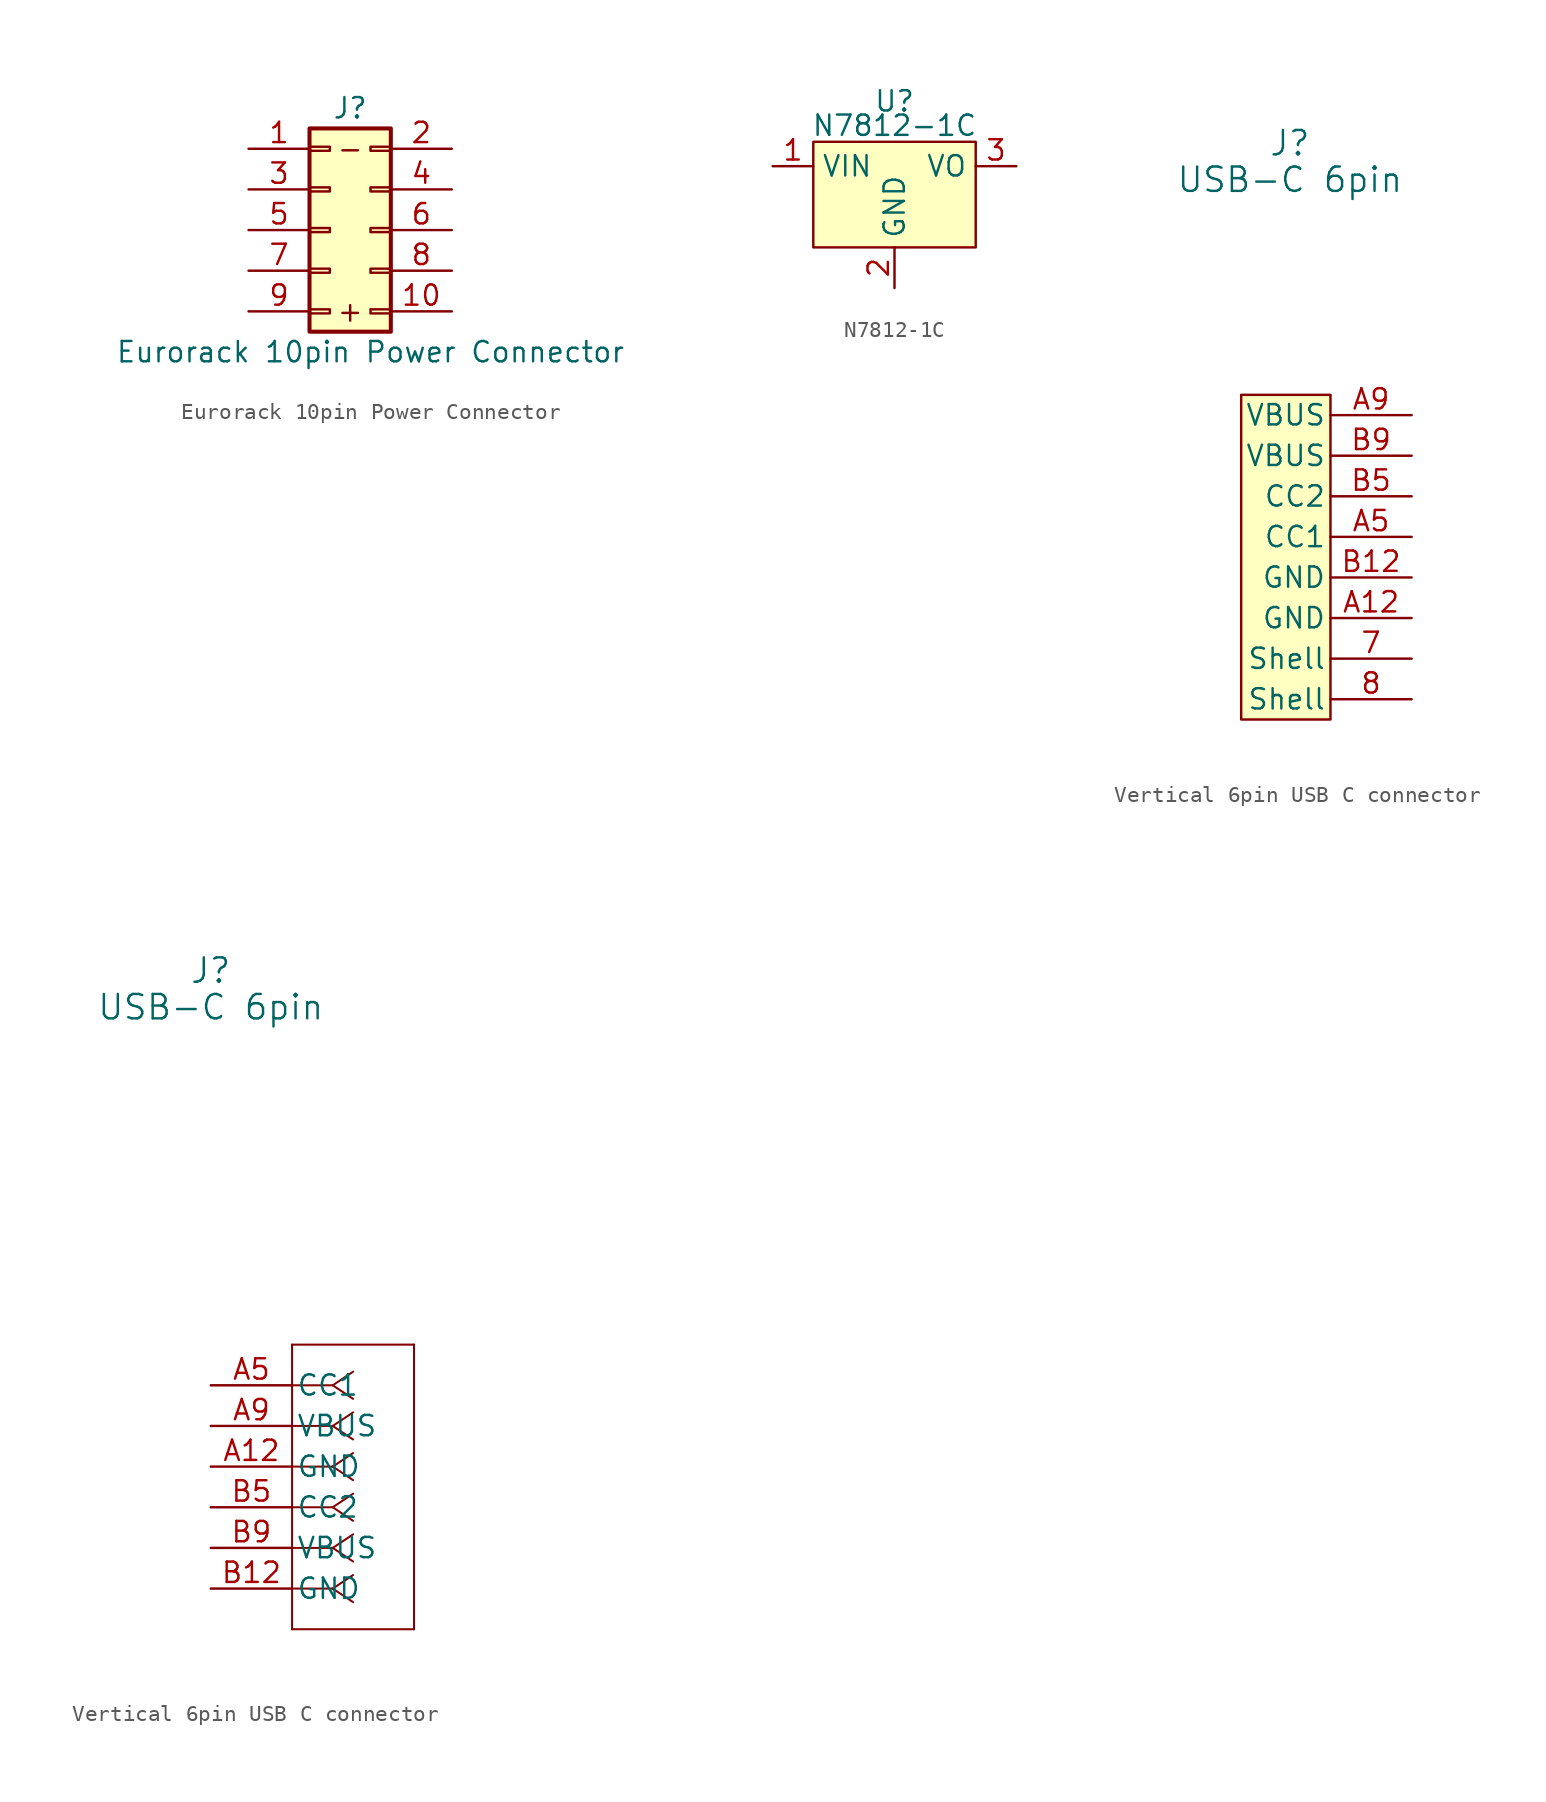
<source format=kicad_sym>
(kicad_symbol_lib
  (version 20231120)
  (generator "kicad_symbol_editor")
  (generator_version "8.0")
  (symbol "Eurorack 10pin Power Connector"
    (pin_names
      (offset 1.016) hide)
    (property "Reference" "J"
      (at 0 7.62 0)
      (effects (font (size 1.27 1.27))))
    (property "Value" "Eurorack 10pin Power Connector"
      (at 1.27 -7.62 0)
      (effects (font (size 1.27 1.27))))
    (symbol "Eurorack 10pin Power Connector_1_1"
      (rectangle (start -2.54 -4.953) (end -1.27 -5.207) (stroke (width 0.152) (type default)) (fill (type none)))
      (rectangle (start -2.54 -2.413) (end -1.27 -2.667) (stroke (width 0.152) (type default)) (fill (type none)))
      (rectangle (start -2.54 0.127) (end -1.27 -0.127) (stroke (width 0.152) (type default)) (fill (type none)))
      (rectangle (start -2.54 2.667) (end -1.27 2.413) (stroke (width 0.152) (type default)) (fill (type none)))
      (rectangle (start -2.54 5.207) (end -1.27 4.953) (stroke (width 0.152) (type default)) (fill (type none)))
      (rectangle (start -2.54 6.35) (end 2.54 -6.35) (stroke (width 0.254) (type default)) (fill (type background)))
      (rectangle (start 2.54 -4.953) (end 1.27 -5.207) (stroke (width 0.152) (type default)) (fill (type none)))
      (rectangle (start 2.54 -2.413) (end 1.27 -2.667) (stroke (width 0.152) (type default)) (fill (type none)))
      (rectangle (start 2.54 0.127) (end 1.27 -0.127) (stroke (width 0.152) (type default)) (fill (type none)))
      (rectangle (start 2.54 2.667) (end 1.27 2.413) (stroke (width 0.152) (type default)) (fill (type none)))
      (rectangle (start 2.54 5.207) (end 1.27 4.953) (stroke (width 0.152) (type default)) (fill (type none)))
      (text "+" (at 0 -5.08 0) (effects (font (size 1.27 1.27))))
      (text "-" (at 0 5.08 0) (effects (font (size 1.27 1.27))))
      (pin passive line (at -6.35 5.08 0) (length 3.81) (name "Pin_1" (effects (font (size 1.27 1.27)))) (number "1" (effects (font (size 1.27 1.27)))))
      (pin passive line (at 6.35 -5.08 180) (length 3.81) (name "Pin_10" (effects (font (size 1.27 1.27)))) (number "10" (effects (font (size 1.27 1.27)))))
      (pin passive line (at 6.35 5.08 180) (length 3.81) (name "Pin_2" (effects (font (size 1.27 1.27)))) (number "2" (effects (font (size 1.27 1.27)))))
      (pin passive line (at -6.35 2.54 0) (length 3.81) (name "Pin_3" (effects (font (size 1.27 1.27)))) (number "3" (effects (font (size 1.27 1.27)))))
      (pin passive line (at 6.35 2.54 180) (length 3.81) (name "Pin_4" (effects (font (size 1.27 1.27)))) (number "4" (effects (font (size 1.27 1.27)))))
      (pin passive line (at -6.35 0 0) (length 3.81) (name "Pin_5" (effects (font (size 1.27 1.27)))) (number "5" (effects (font (size 1.27 1.27)))))
      (pin passive line (at 6.35 0 180) (length 3.81) (name "Pin_6" (effects (font (size 1.27 1.27)))) (number "6" (effects (font (size 1.27 1.27)))))
      (pin passive line (at -6.35 -2.54 0) (length 3.81) (name "Pin_7" (effects (font (size 1.27 1.27)))) (number "7" (effects (font (size 1.27 1.27)))))
      (pin passive line (at 6.35 -2.54 180) (length 3.81) (name "Pin_8" (effects (font (size 1.27 1.27)))) (number "8" (effects (font (size 1.27 1.27)))))
      (pin passive line (at -6.35 -5.08 0) (length 3.81) (name "Pin_9" (effects (font (size 1.27 1.27)))) (number "9" (effects (font (size 1.27 1.27)))))))
  (symbol "N7812-1C"
    (property "Reference" "U"
      (at 0 4.064 0)
      (effects (font (size 1.27 1.27))))
    (property "Value" "N7812-1C"
      (at 0 2.54 0)
      (effects (font (size 1.27 1.27))))
    (symbol "N7812-1C_1_1"
      (rectangle (start -5.08 1.524) (end 5.08 -5.08) (stroke (width 0) (type default)) (fill (type background)))
      (pin power_in line (at -7.62 0 0) (length 2.54) (name "VIN" (effects (font (size 1.27 1.27)))) (number "1" (effects (font (size 1.27 1.27)))))
      (pin power_in line (at 0 -7.62 90) (length 2.54) (name "GND" (effects (font (size 1.27 1.27)))) (number "2" (effects (font (size 1.27 1.27)))))
      (pin power_out line (at 7.62 0 180) (length 2.54) (name "VO" (effects (font (size 1.27 1.27)))) (number "3" (effects (font (size 1.27 1.27)))))))
  (symbol "Vertical 6pin USB C connector"
    (pin_names
      (offset 0.254))
    (property "Reference" "J"
      (at 0 25.908 0)
      (effects (font (size 1.524 1.524))))
    (property "Value" "USB-C 6pin"
      (at 0 23.622 0)
      (effects (font (size 1.524 1.524))))
    (symbol "Vertical 6pin USB C connector_1_1"
      (rectangle (start -3.048 10.16) (end 2.54 -10.16) (stroke (width 0) (type default)) (fill (type background)))
      (pin passive line (at 7.62 -6.35 180) (length 5.08) (name "Shell" (effects (font (size 1.27 1.27)))) (number "7" (effects (font (size 1.27 1.27)))))
      (pin passive line (at 7.62 -8.89 180) (length 5.08) (name "Shell" (effects (font (size 1.27 1.27)))) (number "8" (effects (font (size 1.27 1.27)))))
      (pin power_in line (at 7.62 -3.81 180) (length 5.08) (name "GND" (effects (font (size 1.27 1.27)))) (number "A12" (effects (font (size 1.27 1.27)))))
      (pin bidirectional line (at 7.62 1.27 180) (length 5.08) (name "CC1" (effects (font (size 1.27 1.27)))) (number "A5" (effects (font (size 1.27 1.27)))))
      (pin power_in line (at 7.62 8.89 180) (length 5.08) (name "VBUS" (effects (font (size 1.27 1.27)))) (number "A9" (effects (font (size 1.27 1.27)))))
      (pin power_in line (at 7.62 -1.27 180) (length 5.08) (name "GND" (effects (font (size 1.27 1.27)))) (number "B12" (effects (font (size 1.27 1.27)))))
      (pin bidirectional line (at 7.62 3.81 180) (length 5.08) (name "CC2" (effects (font (size 1.27 1.27)))) (number "B5" (effects (font (size 1.27 1.27)))))
      (pin power_in line (at 7.62 6.35 180) (length 5.08) (name "VBUS" (effects (font (size 1.27 1.27)))) (number "B9" (effects (font (size 1.27 1.27))))))
    (symbol "Vertical 6pin USB C connector_1_2"
      (polyline (pts (xy 5.08 -15.24) (xy 12.7 -15.24)) (stroke (width 0.127) (type default)) (fill (type none)))
      (polyline (pts (xy 5.08 2.54) (xy 5.08 -15.24)) (stroke (width 0.127) (type default)) (fill (type none)))
      (polyline (pts (xy 7.62 -12.7) (xy 5.08 -12.7)) (stroke (width 0.127) (type default)) (fill (type none)))
      (polyline (pts (xy 7.62 -12.7) (xy 8.89 -13.547)) (stroke (width 0.127) (type default)) (fill (type none)))
      (polyline (pts (xy 7.62 -12.7) (xy 8.89 -11.853)) (stroke (width 0.127) (type default)) (fill (type none)))
      (polyline (pts (xy 7.62 -10.16) (xy 5.08 -10.16)) (stroke (width 0.127) (type default)) (fill (type none)))
      (polyline (pts (xy 7.62 -10.16) (xy 8.89 -11.007)) (stroke (width 0.127) (type default)) (fill (type none)))
      (polyline (pts (xy 7.62 -10.16) (xy 8.89 -9.313)) (stroke (width 0.127) (type default)) (fill (type none)))
      (polyline (pts (xy 7.62 -7.62) (xy 5.08 -7.62)) (stroke (width 0.127) (type default)) (fill (type none)))
      (polyline (pts (xy 7.62 -7.62) (xy 8.89 -8.467)) (stroke (width 0.127) (type default)) (fill (type none)))
      (polyline (pts (xy 7.62 -7.62) (xy 8.89 -6.773)) (stroke (width 0.127) (type default)) (fill (type none)))
      (polyline (pts (xy 7.62 -5.08) (xy 5.08 -5.08)) (stroke (width 0.127) (type default)) (fill (type none)))
      (polyline (pts (xy 7.62 -5.08) (xy 8.89 -5.927)) (stroke (width 0.127) (type default)) (fill (type none)))
      (polyline (pts (xy 7.62 -5.08) (xy 8.89 -4.233)) (stroke (width 0.127) (type default)) (fill (type none)))
      (polyline (pts (xy 7.62 -2.54) (xy 5.08 -2.54)) (stroke (width 0.127) (type default)) (fill (type none)))
      (polyline (pts (xy 7.62 -2.54) (xy 8.89 -3.387)) (stroke (width 0.127) (type default)) (fill (type none)))
      (polyline (pts (xy 7.62 -2.54) (xy 8.89 -1.693)) (stroke (width 0.127) (type default)) (fill (type none)))
      (polyline (pts (xy 7.62 0) (xy 5.08 0)) (stroke (width 0.127) (type default)) (fill (type none)))
      (polyline (pts (xy 7.62 0) (xy 8.89 -0.847)) (stroke (width 0.127) (type default)) (fill (type none)))
      (polyline (pts (xy 7.62 0) (xy 8.89 0.847)) (stroke (width 0.127) (type default)) (fill (type none)))
      (polyline (pts (xy 12.7 -15.24) (xy 12.7 2.54)) (stroke (width 0.127) (type default)) (fill (type none)))
      (polyline (pts (xy 12.7 2.54) (xy 5.08 2.54)) (stroke (width 0.127) (type default)) (fill (type none)))
      (pin power_out line (at 0 -5.08 0) (length 5.08) (name "GND" (effects (font (size 1.27 1.27)))) (number "A12" (effects (font (size 1.27 1.27)))))
      (pin bidirectional line (at 0 0 0) (length 5.08) (name "CC1" (effects (font (size 1.27 1.27)))) (number "A5" (effects (font (size 1.27 1.27)))))
      (pin power_in line (at 0 -2.54 0) (length 5.08) (name "VBUS" (effects (font (size 1.27 1.27)))) (number "A9" (effects (font (size 1.27 1.27)))))
      (pin power_out line (at 0 -12.7 0) (length 5.08) (name "GND" (effects (font (size 1.27 1.27)))) (number "B12" (effects (font (size 1.27 1.27)))))
      (pin bidirectional line (at 0 -7.62 0) (length 5.08) (name "CC2" (effects (font (size 1.27 1.27)))) (number "B5" (effects (font (size 1.27 1.27)))))
      (pin power_in line (at 0 -10.16 0) (length 5.08) (name "VBUS" (effects (font (size 1.27 1.27)))) (number "B9" (effects (font (size 1.27 1.27))))))))
</source>
